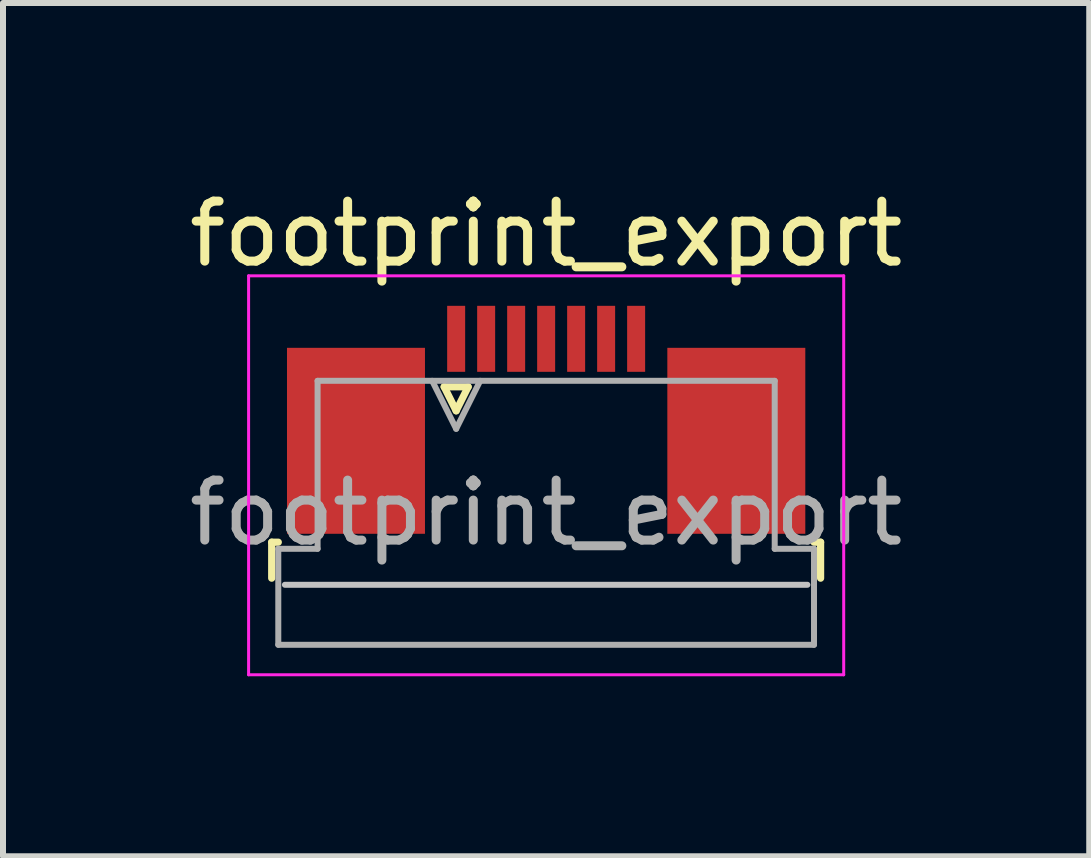
<source format=kicad_pcb>
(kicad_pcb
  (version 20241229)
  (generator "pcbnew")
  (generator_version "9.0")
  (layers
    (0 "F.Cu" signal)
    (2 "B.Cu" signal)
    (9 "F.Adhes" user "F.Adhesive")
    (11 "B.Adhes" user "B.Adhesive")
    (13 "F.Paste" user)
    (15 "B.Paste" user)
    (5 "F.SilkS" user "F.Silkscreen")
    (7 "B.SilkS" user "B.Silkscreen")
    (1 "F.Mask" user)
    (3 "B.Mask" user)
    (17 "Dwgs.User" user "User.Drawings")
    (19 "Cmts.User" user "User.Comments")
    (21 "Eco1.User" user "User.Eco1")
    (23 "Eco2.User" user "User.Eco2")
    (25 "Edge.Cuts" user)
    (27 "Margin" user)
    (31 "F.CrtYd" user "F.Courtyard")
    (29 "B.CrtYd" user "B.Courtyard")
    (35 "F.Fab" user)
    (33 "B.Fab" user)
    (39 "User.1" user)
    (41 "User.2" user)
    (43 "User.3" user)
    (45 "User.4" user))
  (footprint "footprint_export"
    (layer "F.Cu")
    (at 6.054 3.948)
    (property "Reference" "footprint_export" (at 0 -3.1 0) (layer "F.SilkS") (effects (font (size 1 1) (thickness 0.15))))
    (attr smd)
    (fp_line (start -4.575 2.04) (end -4.575 2.64) (stroke (width 0.12) (type solid)) (layer "F.SilkS"))
    (fp_line (start -4.465 2.04) (end -4.575 2.04) (stroke (width 0.12) (type solid)) (layer "F.SilkS"))
    (fp_line (start -1.7 -0.55) (end -1.5 -0.15) (stroke (width 0.12) (type solid)) (layer "F.SilkS"))
    (fp_line (start -1.5 -0.15) (end -1.3 -0.55) (stroke (width 0.12) (type solid)) (layer "F.SilkS"))
    (fp_line (start -1.3 -0.55) (end -1.7 -0.55) (stroke (width 0.12) (type solid)) (layer "F.SilkS"))
    (fp_line (start 4.465 2.04) (end 4.575 2.04) (stroke (width 0.12) (type solid)) (layer "F.SilkS"))
    (fp_line (start 4.575 2.04) (end 4.575 2.64) (stroke (width 0.12) (type solid)) (layer "F.SilkS"))
    (fp_line (start 4.355 2.75) (end -4.355 2.75) (stroke (width 0.1) (type solid)) (layer "Dwgs.User"))
    (fp_line (start -4.96 -2.4) (end -4.96 4.25) (stroke (width 0.05) (type solid)) (layer "F.CrtYd"))
    (fp_line (start -4.96 4.25) (end 4.96 4.25) (stroke (width 0.05) (type solid)) (layer "F.CrtYd"))
    (fp_line (start 4.96 -2.4) (end -4.96 -2.4) (stroke (width 0.05) (type solid)) (layer "F.CrtYd"))
    (fp_line (start 4.96 4.25) (end 4.96 -2.4) (stroke (width 0.05) (type solid)) (layer "F.CrtYd"))
    (fp_line (start -4.465 2.15) (end -3.81 2.15) (stroke (width 0.1) (type solid)) (layer "F.Fab"))
    (fp_line (start -4.465 3.75) (end -4.465 2.15) (stroke (width 0.1) (type solid)) (layer "F.Fab"))
    (fp_line (start -3.81 -0.65) (end 3.81 -0.65) (stroke (width 0.1) (type solid)) (layer "F.Fab"))
    (fp_line (start -3.81 2.15) (end -3.81 -0.65) (stroke (width 0.1) (type solid)) (layer "F.Fab"))
    (fp_line (start -1.9 -0.65) (end -1.5 0.15) (stroke (width 0.1) (type solid)) (layer "F.Fab"))
    (fp_line (start -1.5 0.15) (end -1.1 -0.65) (stroke (width 0.1) (type solid)) (layer "F.Fab"))
    (fp_line (start 3.81 -0.65) (end 3.81 2.15) (stroke (width 0.1) (type solid)) (layer "F.Fab"))
    (fp_line (start 3.81 2.15) (end 4.465 2.15) (stroke (width 0.1) (type solid)) (layer "F.Fab"))
    (fp_line (start 4.465 2.15) (end 4.465 3.75) (stroke (width 0.1) (type solid)) (layer "F.Fab"))
    (fp_line (start 4.465 3.75) (end -4.465 3.75) (stroke (width 0.1) (type solid)) (layer "F.Fab"))
    (fp_text user "${REFERENCE}" (at 0 1.55 0) (layer "F.Fab") (effects (font (size 1 1) (thickness 0.15))))
    (pad "1" smd rect (at -1.5 -1.35) (size 0.3 1.1) (layers "F.Cu" "F.Mask" "F.Paste"))
    (pad "2" smd rect (at -1 -1.35) (size 0.3 1.1) (layers "F.Cu" "F.Mask" "F.Paste"))
    (pad "3" smd rect (at -0.5 -1.35) (size 0.3 1.1) (layers "F.Cu" "F.Mask" "F.Paste"))
    (pad "4" smd rect (at 0 -1.35) (size 0.3 1.1) (layers "F.Cu" "F.Mask" "F.Paste"))
    (pad "5" smd rect (at 0.5 -1.35) (size 0.3 1.1) (layers "F.Cu" "F.Mask" "F.Paste"))
    (pad "6" smd rect (at 1 -1.35) (size 0.3 1.1) (layers "F.Cu" "F.Mask" "F.Paste"))
    (pad "7" smd rect (at 1.5 -1.35) (size 0.3 1.1) (layers "F.Cu" "F.Mask" "F.Paste"))
    (pad "MP" smd rect (at -3.17 0.35) (size 2.3 3.1) (layers "F.Cu" "F.Mask" "F.Paste"))
    (pad "MP" smd rect (at 3.17 0.35) (size 2.3 3.1) (layers "F.Cu" "F.Mask" "F.Paste")))
  (gr_rect
    (start -3 -3)
    (end 15.107 11.223)
    (stroke (width 0.1) (type default))
    (fill no)
    (layer "Edge.Cuts")))
</source>
